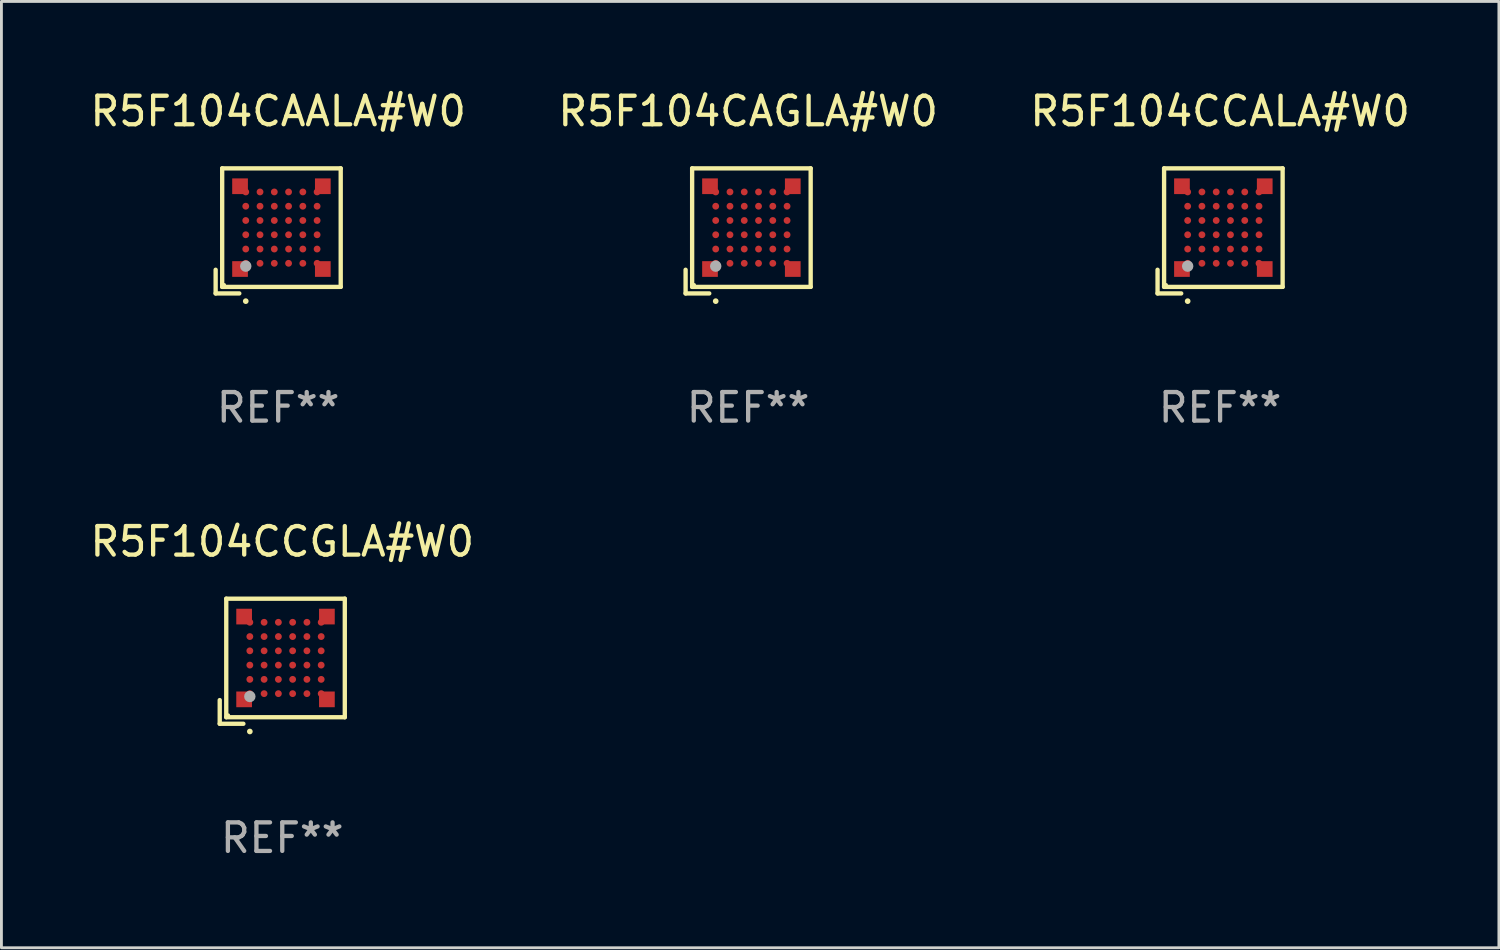
<source format=kicad_pcb>
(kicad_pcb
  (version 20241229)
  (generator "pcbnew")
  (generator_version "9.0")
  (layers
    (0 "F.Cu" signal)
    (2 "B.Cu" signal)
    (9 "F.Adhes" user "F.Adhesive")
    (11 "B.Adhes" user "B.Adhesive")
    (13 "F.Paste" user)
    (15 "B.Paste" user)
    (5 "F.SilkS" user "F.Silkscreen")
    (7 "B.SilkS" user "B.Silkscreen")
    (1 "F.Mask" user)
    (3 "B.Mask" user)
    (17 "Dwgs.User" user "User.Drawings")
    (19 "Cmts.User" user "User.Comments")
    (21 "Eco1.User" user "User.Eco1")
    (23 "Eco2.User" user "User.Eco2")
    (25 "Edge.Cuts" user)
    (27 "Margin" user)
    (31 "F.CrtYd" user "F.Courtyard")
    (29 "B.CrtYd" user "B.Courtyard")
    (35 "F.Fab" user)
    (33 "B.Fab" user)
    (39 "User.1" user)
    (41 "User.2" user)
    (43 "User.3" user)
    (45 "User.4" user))
  (footprint "R5F104CAALA#W0"
    (layer "F.Cu")
    (at 6.696 5.039)
    (property "Reference" "R5F104CAALA#W0" (at 0 -4.191 0) (layer "F.SilkS") (effects (font (size 1 1) (thickness 0.15))))
    (attr through_hole)
    (fp_line (start -2.191 1.362) (end -2.191 2.191) (stroke (width 0.152) (type solid)) (layer "F.SilkS"))
    (fp_line (start -2.191 2.191) (end -1.362 2.191) (stroke (width 0.152) (type solid)) (layer "F.SilkS"))
    (fp_line (start -1.962 -2.191) (end 2.191 -2.191) (stroke (width 0.152) (type solid)) (layer "F.SilkS"))
    (fp_line (start -1.962 1.962) (end -1.962 -2.191) (stroke (width 0.152) (type solid)) (layer "F.SilkS"))
    (fp_line (start 2.191 -2.191) (end 2.191 1.962) (stroke (width 0.152) (type solid)) (layer "F.SilkS"))
    (fp_line (start 2.191 1.962) (end -1.962 1.962) (stroke (width 0.152) (type solid)) (layer "F.SilkS"))
    (fp_circle (center -1.886 1.886) (end -1.856 1.886) (stroke (width 0.06) (type solid)) (fill no) (layer "F.SilkS"))
    (fp_circle (center -1.136 2.462) (end -1.086 2.462) (stroke (width 0.1) (type solid)) (fill no) (layer "F.SilkS"))
    (fp_circle (center -1.136 1.236) (end -1.036 1.236) (stroke (width 0.2) (type solid)) (fill no) (layer "F.Fab"))
    (fp_text user "REF**" (at 0 6.191 0) (layer "F.Fab") (effects (font (size 1 1) (thickness 0.15))))
    (pad "A1" smd rect (at -1.336 1.336) (size 0.55 0.55) (layers "F.Cu" "F.Mask" "F.Paste"))
    (pad "A1" smd circle (at -1.136 1.136) (size 0.24 0.24) (layers "F.Cu" "F.Mask" "F.Paste"))
    (pad "A2" smd circle (at -1.136 0.636) (size 0.24 0.24) (layers "F.Cu" "F.Mask" "F.Paste"))
    (pad "A3" smd circle (at -1.136 0.136) (size 0.24 0.24) (layers "F.Cu" "F.Mask" "F.Paste"))
    (pad "A4" smd circle (at -1.136 -0.364) (size 0.24 0.24) (layers "F.Cu" "F.Mask" "F.Paste"))
    (pad "A5" smd circle (at -1.136 -0.864) (size 0.24 0.24) (layers "F.Cu" "F.Mask" "F.Paste"))
    (pad "A6" smd rect (at -1.336 -1.564) (size 0.55 0.55) (layers "F.Cu" "F.Mask" "F.Paste"))
    (pad "A6" smd circle (at -1.136 -1.364) (size 0.24 0.24) (layers "F.Cu" "F.Mask" "F.Paste"))
    (pad "B1" smd circle (at -0.636 1.136) (size 0.24 0.24) (layers "F.Cu" "F.Mask" "F.Paste"))
    (pad "B2" smd circle (at -0.636 0.636) (size 0.24 0.24) (layers "F.Cu" "F.Mask" "F.Paste"))
    (pad "B3" smd circle (at -0.636 0.136) (size 0.24 0.24) (layers "F.Cu" "F.Mask" "F.Paste"))
    (pad "B4" smd circle (at -0.636 -0.364) (size 0.24 0.24) (layers "F.Cu" "F.Mask" "F.Paste"))
    (pad "B5" smd circle (at -0.636 -0.864) (size 0.24 0.24) (layers "F.Cu" "F.Mask" "F.Paste"))
    (pad "B6" smd circle (at -0.636 -1.364) (size 0.24 0.24) (layers "F.Cu" "F.Mask" "F.Paste"))
    (pad "C1" smd circle (at -0.136 1.136) (size 0.24 0.24) (layers "F.Cu" "F.Mask" "F.Paste"))
    (pad "C2" smd circle (at -0.136 0.636) (size 0.24 0.24) (layers "F.Cu" "F.Mask" "F.Paste"))
    (pad "C3" smd circle (at -0.136 0.136) (size 0.24 0.24) (layers "F.Cu" "F.Mask" "F.Paste"))
    (pad "C4" smd circle (at -0.136 -0.364) (size 0.24 0.24) (layers "F.Cu" "F.Mask" "F.Paste"))
    (pad "C5" smd circle (at -0.136 -0.864) (size 0.24 0.24) (layers "F.Cu" "F.Mask" "F.Paste"))
    (pad "C6" smd circle (at -0.136 -1.364) (size 0.24 0.24) (layers "F.Cu" "F.Mask" "F.Paste"))
    (pad "D1" smd circle (at 0.364 1.136) (size 0.24 0.24) (layers "F.Cu" "F.Mask" "F.Paste"))
    (pad "D2" smd circle (at 0.364 0.636) (size 0.24 0.24) (layers "F.Cu" "F.Mask" "F.Paste"))
    (pad "D3" smd circle (at 0.364 0.136) (size 0.24 0.24) (layers "F.Cu" "F.Mask" "F.Paste"))
    (pad "D4" smd circle (at 0.364 -0.364) (size 0.24 0.24) (layers "F.Cu" "F.Mask" "F.Paste"))
    (pad "D5" smd circle (at 0.364 -0.864) (size 0.24 0.24) (layers "F.Cu" "F.Mask" "F.Paste"))
    (pad "D6" smd circle (at 0.364 -1.364) (size 0.24 0.24) (layers "F.Cu" "F.Mask" "F.Paste"))
    (pad "E1" smd circle (at 0.864 1.136) (size 0.24 0.24) (layers "F.Cu" "F.Mask" "F.Paste"))
    (pad "E2" smd circle (at 0.864 0.636) (size 0.24 0.24) (layers "F.Cu" "F.Mask" "F.Paste"))
    (pad "E3" smd circle (at 0.864 0.136) (size 0.24 0.24) (layers "F.Cu" "F.Mask" "F.Paste"))
    (pad "E4" smd circle (at 0.864 -0.364) (size 0.24 0.24) (layers "F.Cu" "F.Mask" "F.Paste"))
    (pad "E5" smd circle (at 0.864 -0.864) (size 0.24 0.24) (layers "F.Cu" "F.Mask" "F.Paste"))
    (pad "E6" smd circle (at 0.864 -1.364) (size 0.24 0.24) (layers "F.Cu" "F.Mask" "F.Paste"))
    (pad "F1" smd circle (at 1.364 1.136) (size 0.24 0.24) (layers "F.Cu" "F.Mask" "F.Paste"))
    (pad "F1" smd rect (at 1.564 1.336) (size 0.55 0.55) (layers "F.Cu" "F.Mask" "F.Paste"))
    (pad "F2" smd circle (at 1.364 0.636) (size 0.24 0.24) (layers "F.Cu" "F.Mask" "F.Paste"))
    (pad "F3" smd circle (at 1.364 0.136) (size 0.24 0.24) (layers "F.Cu" "F.Mask" "F.Paste"))
    (pad "F4" smd circle (at 1.364 -0.364) (size 0.24 0.24) (layers "F.Cu" "F.Mask" "F.Paste"))
    (pad "F5" smd circle (at 1.364 -0.864) (size 0.24 0.24) (layers "F.Cu" "F.Mask" "F.Paste"))
    (pad "F6" smd circle (at 1.364 -1.364) (size 0.24 0.24) (layers "F.Cu" "F.Mask" "F.Paste"))
    (pad "F6" smd rect (at 1.564 -1.564) (size 0.55 0.55) (layers "F.Cu" "F.Mask" "F.Paste")))
  (footprint "R5F104CCGLA#W0"
    (layer "F.Cu")
    (at 6.839 20.116)
    (property "Reference" "R5F104CCGLA#W0" (at 0 -4.191 0) (layer "F.SilkS") (effects (font (size 1 1) (thickness 0.15))))
    (attr through_hole)
    (fp_line (start -2.191 1.362) (end -2.191 2.191) (stroke (width 0.152) (type solid)) (layer "F.SilkS"))
    (fp_line (start -2.191 2.191) (end -1.362 2.191) (stroke (width 0.152) (type solid)) (layer "F.SilkS"))
    (fp_line (start -1.962 -2.191) (end 2.191 -2.191) (stroke (width 0.152) (type solid)) (layer "F.SilkS"))
    (fp_line (start -1.962 1.962) (end -1.962 -2.191) (stroke (width 0.152) (type solid)) (layer "F.SilkS"))
    (fp_line (start 2.191 -2.191) (end 2.191 1.962) (stroke (width 0.152) (type solid)) (layer "F.SilkS"))
    (fp_line (start 2.191 1.962) (end -1.962 1.962) (stroke (width 0.152) (type solid)) (layer "F.SilkS"))
    (fp_circle (center -1.886 1.886) (end -1.856 1.886) (stroke (width 0.06) (type solid)) (fill no) (layer "F.SilkS"))
    (fp_circle (center -1.136 2.462) (end -1.086 2.462) (stroke (width 0.1) (type solid)) (fill no) (layer "F.SilkS"))
    (fp_circle (center -1.136 1.236) (end -1.036 1.236) (stroke (width 0.2) (type solid)) (fill no) (layer "F.Fab"))
    (fp_text user "REF**" (at 0 6.191 0) (layer "F.Fab") (effects (font (size 1 1) (thickness 0.15))))
    (pad "A1" smd rect (at -1.336 1.336) (size 0.55 0.55) (layers "F.Cu" "F.Mask" "F.Paste"))
    (pad "A1" smd circle (at -1.136 1.136) (size 0.24 0.24) (layers "F.Cu" "F.Mask" "F.Paste"))
    (pad "A2" smd circle (at -1.136 0.636) (size 0.24 0.24) (layers "F.Cu" "F.Mask" "F.Paste"))
    (pad "A3" smd circle (at -1.136 0.136) (size 0.24 0.24) (layers "F.Cu" "F.Mask" "F.Paste"))
    (pad "A4" smd circle (at -1.136 -0.364) (size 0.24 0.24) (layers "F.Cu" "F.Mask" "F.Paste"))
    (pad "A5" smd circle (at -1.136 -0.864) (size 0.24 0.24) (layers "F.Cu" "F.Mask" "F.Paste"))
    (pad "A6" smd rect (at -1.336 -1.564) (size 0.55 0.55) (layers "F.Cu" "F.Mask" "F.Paste"))
    (pad "A6" smd circle (at -1.136 -1.364) (size 0.24 0.24) (layers "F.Cu" "F.Mask" "F.Paste"))
    (pad "B1" smd circle (at -0.636 1.136) (size 0.24 0.24) (layers "F.Cu" "F.Mask" "F.Paste"))
    (pad "B2" smd circle (at -0.636 0.636) (size 0.24 0.24) (layers "F.Cu" "F.Mask" "F.Paste"))
    (pad "B3" smd circle (at -0.636 0.136) (size 0.24 0.24) (layers "F.Cu" "F.Mask" "F.Paste"))
    (pad "B4" smd circle (at -0.636 -0.364) (size 0.24 0.24) (layers "F.Cu" "F.Mask" "F.Paste"))
    (pad "B5" smd circle (at -0.636 -0.864) (size 0.24 0.24) (layers "F.Cu" "F.Mask" "F.Paste"))
    (pad "B6" smd circle (at -0.636 -1.364) (size 0.24 0.24) (layers "F.Cu" "F.Mask" "F.Paste"))
    (pad "C1" smd circle (at -0.136 1.136) (size 0.24 0.24) (layers "F.Cu" "F.Mask" "F.Paste"))
    (pad "C2" smd circle (at -0.136 0.636) (size 0.24 0.24) (layers "F.Cu" "F.Mask" "F.Paste"))
    (pad "C3" smd circle (at -0.136 0.136) (size 0.24 0.24) (layers "F.Cu" "F.Mask" "F.Paste"))
    (pad "C4" smd circle (at -0.136 -0.364) (size 0.24 0.24) (layers "F.Cu" "F.Mask" "F.Paste"))
    (pad "C5" smd circle (at -0.136 -0.864) (size 0.24 0.24) (layers "F.Cu" "F.Mask" "F.Paste"))
    (pad "C6" smd circle (at -0.136 -1.364) (size 0.24 0.24) (layers "F.Cu" "F.Mask" "F.Paste"))
    (pad "D1" smd circle (at 0.364 1.136) (size 0.24 0.24) (layers "F.Cu" "F.Mask" "F.Paste"))
    (pad "D2" smd circle (at 0.364 0.636) (size 0.24 0.24) (layers "F.Cu" "F.Mask" "F.Paste"))
    (pad "D3" smd circle (at 0.364 0.136) (size 0.24 0.24) (layers "F.Cu" "F.Mask" "F.Paste"))
    (pad "D4" smd circle (at 0.364 -0.364) (size 0.24 0.24) (layers "F.Cu" "F.Mask" "F.Paste"))
    (pad "D5" smd circle (at 0.364 -0.864) (size 0.24 0.24) (layers "F.Cu" "F.Mask" "F.Paste"))
    (pad "D6" smd circle (at 0.364 -1.364) (size 0.24 0.24) (layers "F.Cu" "F.Mask" "F.Paste"))
    (pad "E1" smd circle (at 0.864 1.136) (size 0.24 0.24) (layers "F.Cu" "F.Mask" "F.Paste"))
    (pad "E2" smd circle (at 0.864 0.636) (size 0.24 0.24) (layers "F.Cu" "F.Mask" "F.Paste"))
    (pad "E3" smd circle (at 0.864 0.136) (size 0.24 0.24) (layers "F.Cu" "F.Mask" "F.Paste"))
    (pad "E4" smd circle (at 0.864 -0.364) (size 0.24 0.24) (layers "F.Cu" "F.Mask" "F.Paste"))
    (pad "E5" smd circle (at 0.864 -0.864) (size 0.24 0.24) (layers "F.Cu" "F.Mask" "F.Paste"))
    (pad "E6" smd circle (at 0.864 -1.364) (size 0.24 0.24) (layers "F.Cu" "F.Mask" "F.Paste"))
    (pad "F1" smd circle (at 1.364 1.136) (size 0.24 0.24) (layers "F.Cu" "F.Mask" "F.Paste"))
    (pad "F1" smd rect (at 1.564 1.336) (size 0.55 0.55) (layers "F.Cu" "F.Mask" "F.Paste"))
    (pad "F2" smd circle (at 1.364 0.636) (size 0.24 0.24) (layers "F.Cu" "F.Mask" "F.Paste"))
    (pad "F3" smd circle (at 1.364 0.136) (size 0.24 0.24) (layers "F.Cu" "F.Mask" "F.Paste"))
    (pad "F4" smd circle (at 1.364 -0.364) (size 0.24 0.24) (layers "F.Cu" "F.Mask" "F.Paste"))
    (pad "F5" smd circle (at 1.364 -0.864) (size 0.24 0.24) (layers "F.Cu" "F.Mask" "F.Paste"))
    (pad "F6" smd circle (at 1.364 -1.364) (size 0.24 0.24) (layers "F.Cu" "F.Mask" "F.Paste"))
    (pad "F6" smd rect (at 1.564 -1.564) (size 0.55 0.55) (layers "F.Cu" "F.Mask" "F.Paste")))
  (footprint "R5F104CCALA#W0"
    (layer "F.Cu")
    (at 39.696 5.039)
    (property "Reference" "R5F104CCALA#W0" (at 0 -4.191 0) (layer "F.SilkS") (effects (font (size 1 1) (thickness 0.15))))
    (attr through_hole)
    (fp_line (start -2.191 1.362) (end -2.191 2.191) (stroke (width 0.152) (type solid)) (layer "F.SilkS"))
    (fp_line (start -2.191 2.191) (end -1.362 2.191) (stroke (width 0.152) (type solid)) (layer "F.SilkS"))
    (fp_line (start -1.962 -2.191) (end 2.191 -2.191) (stroke (width 0.152) (type solid)) (layer "F.SilkS"))
    (fp_line (start -1.962 1.962) (end -1.962 -2.191) (stroke (width 0.152) (type solid)) (layer "F.SilkS"))
    (fp_line (start 2.191 -2.191) (end 2.191 1.962) (stroke (width 0.152) (type solid)) (layer "F.SilkS"))
    (fp_line (start 2.191 1.962) (end -1.962 1.962) (stroke (width 0.152) (type solid)) (layer "F.SilkS"))
    (fp_circle (center -1.886 1.886) (end -1.856 1.886) (stroke (width 0.06) (type solid)) (fill no) (layer "F.SilkS"))
    (fp_circle (center -1.136 2.462) (end -1.086 2.462) (stroke (width 0.1) (type solid)) (fill no) (layer "F.SilkS"))
    (fp_circle (center -1.136 1.236) (end -1.036 1.236) (stroke (width 0.2) (type solid)) (fill no) (layer "F.Fab"))
    (fp_text user "REF**" (at 0 6.191 0) (layer "F.Fab") (effects (font (size 1 1) (thickness 0.15))))
    (pad "A1" smd rect (at -1.336 1.336) (size 0.55 0.55) (layers "F.Cu" "F.Mask" "F.Paste"))
    (pad "A1" smd circle (at -1.136 1.136) (size 0.24 0.24) (layers "F.Cu" "F.Mask" "F.Paste"))
    (pad "A2" smd circle (at -1.136 0.636) (size 0.24 0.24) (layers "F.Cu" "F.Mask" "F.Paste"))
    (pad "A3" smd circle (at -1.136 0.136) (size 0.24 0.24) (layers "F.Cu" "F.Mask" "F.Paste"))
    (pad "A4" smd circle (at -1.136 -0.364) (size 0.24 0.24) (layers "F.Cu" "F.Mask" "F.Paste"))
    (pad "A5" smd circle (at -1.136 -0.864) (size 0.24 0.24) (layers "F.Cu" "F.Mask" "F.Paste"))
    (pad "A6" smd rect (at -1.336 -1.564) (size 0.55 0.55) (layers "F.Cu" "F.Mask" "F.Paste"))
    (pad "A6" smd circle (at -1.136 -1.364) (size 0.24 0.24) (layers "F.Cu" "F.Mask" "F.Paste"))
    (pad "B1" smd circle (at -0.636 1.136) (size 0.24 0.24) (layers "F.Cu" "F.Mask" "F.Paste"))
    (pad "B2" smd circle (at -0.636 0.636) (size 0.24 0.24) (layers "F.Cu" "F.Mask" "F.Paste"))
    (pad "B3" smd circle (at -0.636 0.136) (size 0.24 0.24) (layers "F.Cu" "F.Mask" "F.Paste"))
    (pad "B4" smd circle (at -0.636 -0.364) (size 0.24 0.24) (layers "F.Cu" "F.Mask" "F.Paste"))
    (pad "B5" smd circle (at -0.636 -0.864) (size 0.24 0.24) (layers "F.Cu" "F.Mask" "F.Paste"))
    (pad "B6" smd circle (at -0.636 -1.364) (size 0.24 0.24) (layers "F.Cu" "F.Mask" "F.Paste"))
    (pad "C1" smd circle (at -0.136 1.136) (size 0.24 0.24) (layers "F.Cu" "F.Mask" "F.Paste"))
    (pad "C2" smd circle (at -0.136 0.636) (size 0.24 0.24) (layers "F.Cu" "F.Mask" "F.Paste"))
    (pad "C3" smd circle (at -0.136 0.136) (size 0.24 0.24) (layers "F.Cu" "F.Mask" "F.Paste"))
    (pad "C4" smd circle (at -0.136 -0.364) (size 0.24 0.24) (layers "F.Cu" "F.Mask" "F.Paste"))
    (pad "C5" smd circle (at -0.136 -0.864) (size 0.24 0.24) (layers "F.Cu" "F.Mask" "F.Paste"))
    (pad "C6" smd circle (at -0.136 -1.364) (size 0.24 0.24) (layers "F.Cu" "F.Mask" "F.Paste"))
    (pad "D1" smd circle (at 0.364 1.136) (size 0.24 0.24) (layers "F.Cu" "F.Mask" "F.Paste"))
    (pad "D2" smd circle (at 0.364 0.636) (size 0.24 0.24) (layers "F.Cu" "F.Mask" "F.Paste"))
    (pad "D3" smd circle (at 0.364 0.136) (size 0.24 0.24) (layers "F.Cu" "F.Mask" "F.Paste"))
    (pad "D4" smd circle (at 0.364 -0.364) (size 0.24 0.24) (layers "F.Cu" "F.Mask" "F.Paste"))
    (pad "D5" smd circle (at 0.364 -0.864) (size 0.24 0.24) (layers "F.Cu" "F.Mask" "F.Paste"))
    (pad "D6" smd circle (at 0.364 -1.364) (size 0.24 0.24) (layers "F.Cu" "F.Mask" "F.Paste"))
    (pad "E1" smd circle (at 0.864 1.136) (size 0.24 0.24) (layers "F.Cu" "F.Mask" "F.Paste"))
    (pad "E2" smd circle (at 0.864 0.636) (size 0.24 0.24) (layers "F.Cu" "F.Mask" "F.Paste"))
    (pad "E3" smd circle (at 0.864 0.136) (size 0.24 0.24) (layers "F.Cu" "F.Mask" "F.Paste"))
    (pad "E4" smd circle (at 0.864 -0.364) (size 0.24 0.24) (layers "F.Cu" "F.Mask" "F.Paste"))
    (pad "E5" smd circle (at 0.864 -0.864) (size 0.24 0.24) (layers "F.Cu" "F.Mask" "F.Paste"))
    (pad "E6" smd circle (at 0.864 -1.364) (size 0.24 0.24) (layers "F.Cu" "F.Mask" "F.Paste"))
    (pad "F1" smd circle (at 1.364 1.136) (size 0.24 0.24) (layers "F.Cu" "F.Mask" "F.Paste"))
    (pad "F1" smd rect (at 1.564 1.336) (size 0.55 0.55) (layers "F.Cu" "F.Mask" "F.Paste"))
    (pad "F2" smd circle (at 1.364 0.636) (size 0.24 0.24) (layers "F.Cu" "F.Mask" "F.Paste"))
    (pad "F3" smd circle (at 1.364 0.136) (size 0.24 0.24) (layers "F.Cu" "F.Mask" "F.Paste"))
    (pad "F4" smd circle (at 1.364 -0.364) (size 0.24 0.24) (layers "F.Cu" "F.Mask" "F.Paste"))
    (pad "F5" smd circle (at 1.364 -0.864) (size 0.24 0.24) (layers "F.Cu" "F.Mask" "F.Paste"))
    (pad "F6" smd circle (at 1.364 -1.364) (size 0.24 0.24) (layers "F.Cu" "F.Mask" "F.Paste"))
    (pad "F6" smd rect (at 1.564 -1.564) (size 0.55 0.55) (layers "F.Cu" "F.Mask" "F.Paste")))
  (footprint "R5F104CAGLA#W0"
    (layer "F.Cu")
    (at 23.161 5.039)
    (property "Reference" "R5F104CAGLA#W0" (at 0 -4.191 0) (layer "F.SilkS") (effects (font (size 1 1) (thickness 0.15))))
    (attr through_hole)
    (fp_line (start -2.191 1.362) (end -2.191 2.191) (stroke (width 0.152) (type solid)) (layer "F.SilkS"))
    (fp_line (start -2.191 2.191) (end -1.362 2.191) (stroke (width 0.152) (type solid)) (layer "F.SilkS"))
    (fp_line (start -1.962 -2.191) (end 2.191 -2.191) (stroke (width 0.152) (type solid)) (layer "F.SilkS"))
    (fp_line (start -1.962 1.962) (end -1.962 -2.191) (stroke (width 0.152) (type solid)) (layer "F.SilkS"))
    (fp_line (start 2.191 -2.191) (end 2.191 1.962) (stroke (width 0.152) (type solid)) (layer "F.SilkS"))
    (fp_line (start 2.191 1.962) (end -1.962 1.962) (stroke (width 0.152) (type solid)) (layer "F.SilkS"))
    (fp_circle (center -1.886 1.886) (end -1.856 1.886) (stroke (width 0.06) (type solid)) (fill no) (layer "F.SilkS"))
    (fp_circle (center -1.136 2.462) (end -1.086 2.462) (stroke (width 0.1) (type solid)) (fill no) (layer "F.SilkS"))
    (fp_circle (center -1.136 1.236) (end -1.036 1.236) (stroke (width 0.2) (type solid)) (fill no) (layer "F.Fab"))
    (fp_text user "REF**" (at 0 6.191 0) (layer "F.Fab") (effects (font (size 1 1) (thickness 0.15))))
    (pad "A1" smd rect (at -1.336 1.336) (size 0.55 0.55) (layers "F.Cu" "F.Mask" "F.Paste"))
    (pad "A1" smd circle (at -1.136 1.136) (size 0.24 0.24) (layers "F.Cu" "F.Mask" "F.Paste"))
    (pad "A2" smd circle (at -1.136 0.636) (size 0.24 0.24) (layers "F.Cu" "F.Mask" "F.Paste"))
    (pad "A3" smd circle (at -1.136 0.136) (size 0.24 0.24) (layers "F.Cu" "F.Mask" "F.Paste"))
    (pad "A4" smd circle (at -1.136 -0.364) (size 0.24 0.24) (layers "F.Cu" "F.Mask" "F.Paste"))
    (pad "A5" smd circle (at -1.136 -0.864) (size 0.24 0.24) (layers "F.Cu" "F.Mask" "F.Paste"))
    (pad "A6" smd rect (at -1.336 -1.564) (size 0.55 0.55) (layers "F.Cu" "F.Mask" "F.Paste"))
    (pad "A6" smd circle (at -1.136 -1.364) (size 0.24 0.24) (layers "F.Cu" "F.Mask" "F.Paste"))
    (pad "B1" smd circle (at -0.636 1.136) (size 0.24 0.24) (layers "F.Cu" "F.Mask" "F.Paste"))
    (pad "B2" smd circle (at -0.636 0.636) (size 0.24 0.24) (layers "F.Cu" "F.Mask" "F.Paste"))
    (pad "B3" smd circle (at -0.636 0.136) (size 0.24 0.24) (layers "F.Cu" "F.Mask" "F.Paste"))
    (pad "B4" smd circle (at -0.636 -0.364) (size 0.24 0.24) (layers "F.Cu" "F.Mask" "F.Paste"))
    (pad "B5" smd circle (at -0.636 -0.864) (size 0.24 0.24) (layers "F.Cu" "F.Mask" "F.Paste"))
    (pad "B6" smd circle (at -0.636 -1.364) (size 0.24 0.24) (layers "F.Cu" "F.Mask" "F.Paste"))
    (pad "C1" smd circle (at -0.136 1.136) (size 0.24 0.24) (layers "F.Cu" "F.Mask" "F.Paste"))
    (pad "C2" smd circle (at -0.136 0.636) (size 0.24 0.24) (layers "F.Cu" "F.Mask" "F.Paste"))
    (pad "C3" smd circle (at -0.136 0.136) (size 0.24 0.24) (layers "F.Cu" "F.Mask" "F.Paste"))
    (pad "C4" smd circle (at -0.136 -0.364) (size 0.24 0.24) (layers "F.Cu" "F.Mask" "F.Paste"))
    (pad "C5" smd circle (at -0.136 -0.864) (size 0.24 0.24) (layers "F.Cu" "F.Mask" "F.Paste"))
    (pad "C6" smd circle (at -0.136 -1.364) (size 0.24 0.24) (layers "F.Cu" "F.Mask" "F.Paste"))
    (pad "D1" smd circle (at 0.364 1.136) (size 0.24 0.24) (layers "F.Cu" "F.Mask" "F.Paste"))
    (pad "D2" smd circle (at 0.364 0.636) (size 0.24 0.24) (layers "F.Cu" "F.Mask" "F.Paste"))
    (pad "D3" smd circle (at 0.364 0.136) (size 0.24 0.24) (layers "F.Cu" "F.Mask" "F.Paste"))
    (pad "D4" smd circle (at 0.364 -0.364) (size 0.24 0.24) (layers "F.Cu" "F.Mask" "F.Paste"))
    (pad "D5" smd circle (at 0.364 -0.864) (size 0.24 0.24) (layers "F.Cu" "F.Mask" "F.Paste"))
    (pad "D6" smd circle (at 0.364 -1.364) (size 0.24 0.24) (layers "F.Cu" "F.Mask" "F.Paste"))
    (pad "E1" smd circle (at 0.864 1.136) (size 0.24 0.24) (layers "F.Cu" "F.Mask" "F.Paste"))
    (pad "E2" smd circle (at 0.864 0.636) (size 0.24 0.24) (layers "F.Cu" "F.Mask" "F.Paste"))
    (pad "E3" smd circle (at 0.864 0.136) (size 0.24 0.24) (layers "F.Cu" "F.Mask" "F.Paste"))
    (pad "E4" smd circle (at 0.864 -0.364) (size 0.24 0.24) (layers "F.Cu" "F.Mask" "F.Paste"))
    (pad "E5" smd circle (at 0.864 -0.864) (size 0.24 0.24) (layers "F.Cu" "F.Mask" "F.Paste"))
    (pad "E6" smd circle (at 0.864 -1.364) (size 0.24 0.24) (layers "F.Cu" "F.Mask" "F.Paste"))
    (pad "F1" smd circle (at 1.364 1.136) (size 0.24 0.24) (layers "F.Cu" "F.Mask" "F.Paste"))
    (pad "F1" smd rect (at 1.564 1.336) (size 0.55 0.55) (layers "F.Cu" "F.Mask" "F.Paste"))
    (pad "F2" smd circle (at 1.364 0.636) (size 0.24 0.24) (layers "F.Cu" "F.Mask" "F.Paste"))
    (pad "F3" smd circle (at 1.364 0.136) (size 0.24 0.24) (layers "F.Cu" "F.Mask" "F.Paste"))
    (pad "F4" smd circle (at 1.364 -0.364) (size 0.24 0.24) (layers "F.Cu" "F.Mask" "F.Paste"))
    (pad "F5" smd circle (at 1.364 -0.864) (size 0.24 0.24) (layers "F.Cu" "F.Mask" "F.Paste"))
    (pad "F6" smd circle (at 1.364 -1.364) (size 0.24 0.24) (layers "F.Cu" "F.Mask" "F.Paste"))
    (pad "F6" smd rect (at 1.564 -1.564) (size 0.55 0.55) (layers "F.Cu" "F.Mask" "F.Paste")))
  (gr_rect
    (start -3 -3)
    (end 49.464 30.155)
    (stroke (width 0.1) (type default))
    (fill no)
    (layer "Edge.Cuts")))
</source>
